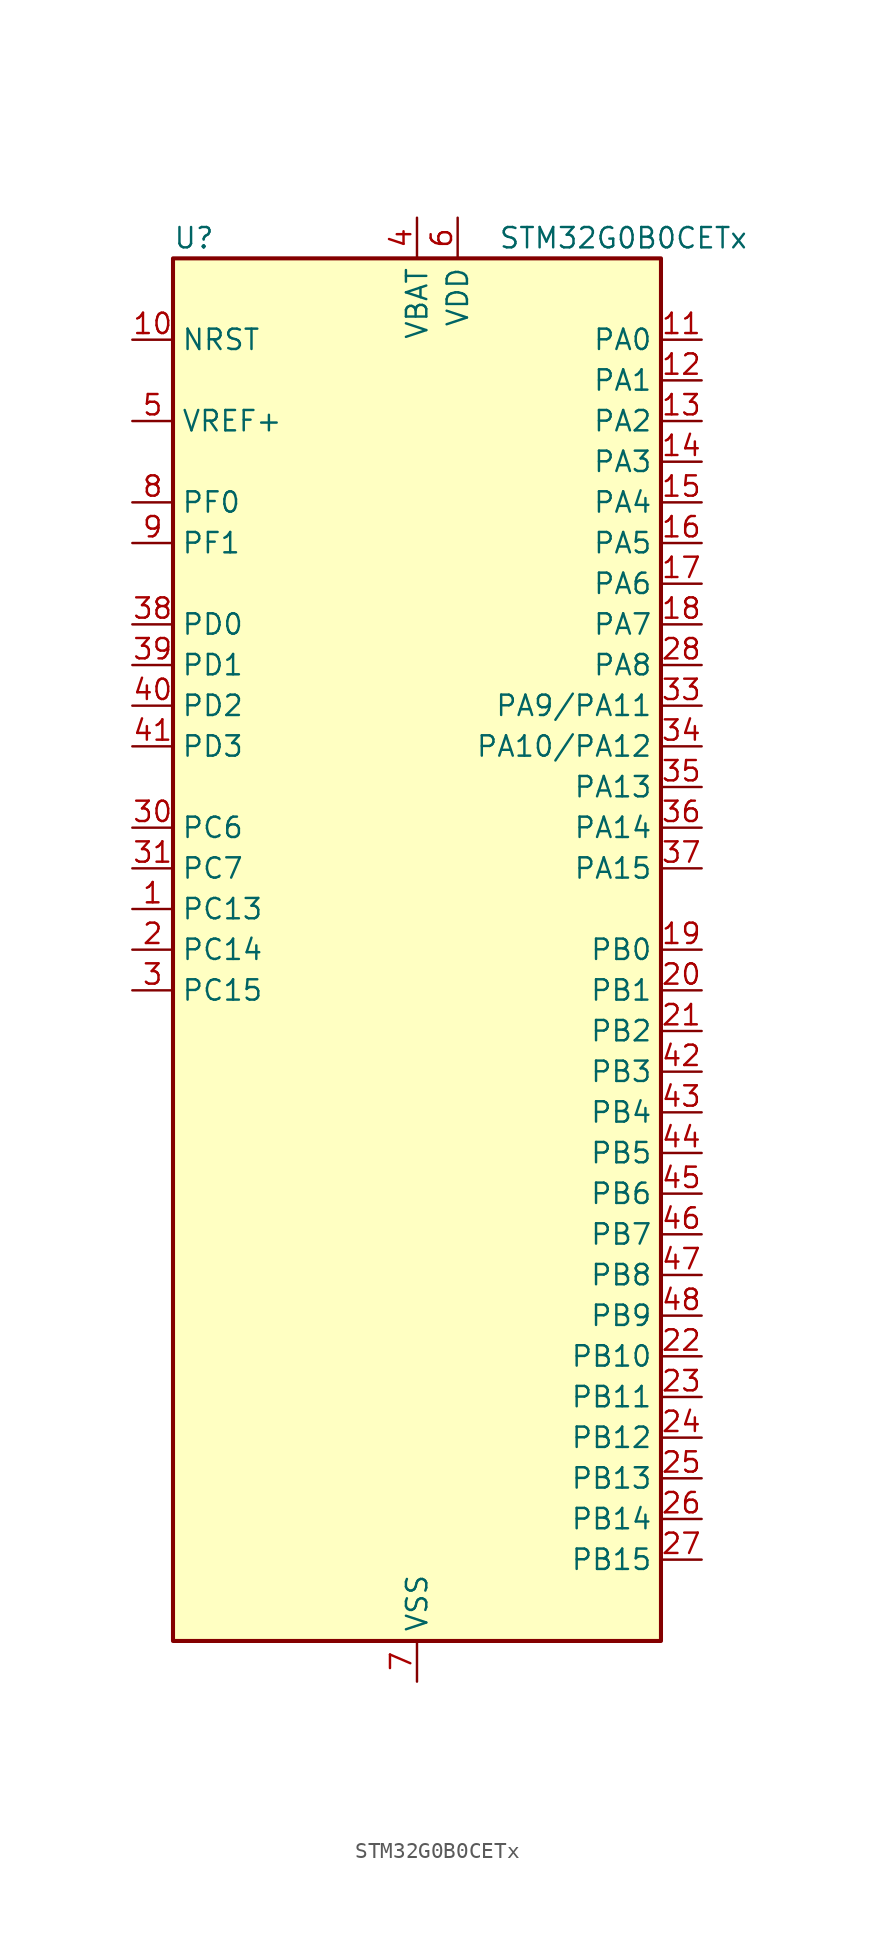
<source format=kicad_sym>
(kicad_symbol_lib
  (version 20231120)
  (generator "kicad-library-utils")
  (generator_version "8.0")
  (symbol "STM32G0B0CETx"
    (property "Reference" "U"
      (at -15.24 44.45 0)
      (effects (font (size 1.27 1.27)) (justify left)))
    (property "Value" "STM32G0B0CETx"
      (at 5.08 44.45 0)
      (effects (font (size 1.27 1.27)) (justify left)))
    (symbol "STM32G0B0CETx_0_1"
      (rectangle (start -15.24 -43.18) (end 15.24 43.18) (stroke (width 0.254) (type default)) (fill (type background))))
    (symbol "STM32G0B0CETx_1_1"
      (pin bidirectional line (at -17.78 2.54 0) (length 2.54) (name "PC13" (effects (font (size 1.27 1.27)))) (number "1" (effects (font (size 1.27 1.27)))) (alternate "RTC_OUT1" bidirectional line) (alternate "RTC_TAMP_IN1" bidirectional line) (alternate "RTC_TS" bidirectional line) (alternate "SYS_WKUP2" bidirectional line) (alternate "TIM1_BK" bidirectional line))
      (pin input line (at -17.78 38.1 0) (length 2.54) (name "NRST" (effects (font (size 1.27 1.27)))) (number "10" (effects (font (size 1.27 1.27)))))
      (pin bidirectional line (at 17.78 38.1 180) (length 2.54) (name "PA0" (effects (font (size 1.27 1.27)))) (number "11" (effects (font (size 1.27 1.27)))) (alternate "ADC1_IN0" bidirectional line) (alternate "I2S2_CK" bidirectional line) (alternate "RTC_TAMP_IN2" bidirectional line) (alternate "SPI2_SCK" bidirectional line) (alternate "SYS_WKUP1" bidirectional line) (alternate "USART2_CTS" bidirectional line) (alternate "USART2_NSS" bidirectional line) (alternate "USART4_TX" bidirectional line))
      (pin bidirectional line (at 17.78 35.56 180) (length 2.54) (name "PA1" (effects (font (size 1.27 1.27)))) (number "12" (effects (font (size 1.27 1.27)))) (alternate "ADC1_IN1" bidirectional line) (alternate "I2C1_SMBA" bidirectional line) (alternate "I2S1_CK" bidirectional line) (alternate "SPI1_SCK" bidirectional line) (alternate "TIM15_CH1N" bidirectional line) (alternate "USART2_CK" bidirectional line) (alternate "USART2_DE" bidirectional line) (alternate "USART2_RTS" bidirectional line) (alternate "USART4_RX" bidirectional line))
      (pin bidirectional line (at 17.78 33.02 180) (length 2.54) (name "PA2" (effects (font (size 1.27 1.27)))) (number "13" (effects (font (size 1.27 1.27)))) (alternate "ADC1_IN2" bidirectional line) (alternate "I2S1_SD" bidirectional line) (alternate "RCC_LSCO" bidirectional line) (alternate "SPI1_MOSI" bidirectional line) (alternate "SYS_WKUP4" bidirectional line) (alternate "TIM15_CH1" bidirectional line) (alternate "USART2_TX" bidirectional line))
      (pin bidirectional line (at 17.78 30.48 180) (length 2.54) (name "PA3" (effects (font (size 1.27 1.27)))) (number "14" (effects (font (size 1.27 1.27)))) (alternate "ADC1_IN3" bidirectional line) (alternate "I2S2_MCK" bidirectional line) (alternate "SPI2_MISO" bidirectional line) (alternate "TIM15_CH2" bidirectional line) (alternate "USART2_RX" bidirectional line))
      (pin bidirectional line (at 17.78 27.94 180) (length 2.54) (name "PA4" (effects (font (size 1.27 1.27)))) (number "15" (effects (font (size 1.27 1.27)))) (alternate "ADC1_IN4" bidirectional line) (alternate "I2S1_WS" bidirectional line) (alternate "I2S2_SD" bidirectional line) (alternate "RTC_OUT2" bidirectional line) (alternate "SPI1_NSS" bidirectional line) (alternate "SPI2_MOSI" bidirectional line) (alternate "SPI3_NSS" bidirectional line) (alternate "TIM14_CH1" bidirectional line) (alternate "USART6_TX" bidirectional line) (alternate "USB_NOE" bidirectional line))
      (pin bidirectional line (at 17.78 25.4 180) (length 2.54) (name "PA5" (effects (font (size 1.27 1.27)))) (number "16" (effects (font (size 1.27 1.27)))) (alternate "ADC1_IN5" bidirectional line) (alternate "I2S1_CK" bidirectional line) (alternate "SPI1_SCK" bidirectional line) (alternate "USART3_TX" bidirectional line) (alternate "USART6_RX" bidirectional line))
      (pin bidirectional line (at 17.78 22.86 180) (length 2.54) (name "PA6" (effects (font (size 1.27 1.27)))) (number "17" (effects (font (size 1.27 1.27)))) (alternate "ADC1_IN6" bidirectional line) (alternate "I2C2_SDA" bidirectional line) (alternate "I2C3_SDA" bidirectional line) (alternate "I2S1_MCK" bidirectional line) (alternate "SPI1_MISO" bidirectional line) (alternate "TIM16_CH1" bidirectional line) (alternate "TIM1_BK" bidirectional line) (alternate "TIM3_CH1" bidirectional line) (alternate "USART3_CTS" bidirectional line) (alternate "USART3_NSS" bidirectional line) (alternate "USART6_CTS" bidirectional line) (alternate "USART6_NSS" bidirectional line))
      (pin bidirectional line (at 17.78 20.32 180) (length 2.54) (name "PA7" (effects (font (size 1.27 1.27)))) (number "18" (effects (font (size 1.27 1.27)))) (alternate "ADC1_IN7" bidirectional line) (alternate "I2C2_SCL" bidirectional line) (alternate "I2C3_SCL" bidirectional line) (alternate "I2S1_SD" bidirectional line) (alternate "SPI1_MOSI" bidirectional line) (alternate "TIM14_CH1" bidirectional line) (alternate "TIM17_CH1" bidirectional line) (alternate "TIM1_CH1N" bidirectional line) (alternate "TIM3_CH2" bidirectional line) (alternate "USART6_CK" bidirectional line) (alternate "USART6_DE" bidirectional line) (alternate "USART6_RTS" bidirectional line))
      (pin bidirectional line (at 17.78 0 180) (length 2.54) (name "PB0" (effects (font (size 1.27 1.27)))) (number "19" (effects (font (size 1.27 1.27)))) (alternate "ADC1_IN8" bidirectional line) (alternate "I2S1_WS" bidirectional line) (alternate "SPI1_NSS" bidirectional line) (alternate "TIM1_CH2N" bidirectional line) (alternate "TIM3_CH3" bidirectional line) (alternate "USART3_RX" bidirectional line) (alternate "USART5_TX" bidirectional line))
      (pin bidirectional line (at -17.78 0 0) (length 2.54) (name "PC14" (effects (font (size 1.27 1.27)))) (number "2" (effects (font (size 1.27 1.27)))) (alternate "RCC_OSC32_IN" bidirectional line) (alternate "TIM1_BK2" bidirectional line))
      (pin bidirectional line (at 17.78 -2.54 180) (length 2.54) (name "PB1" (effects (font (size 1.27 1.27)))) (number "20" (effects (font (size 1.27 1.27)))) (alternate "ADC1_IN9" bidirectional line) (alternate "TIM14_CH1" bidirectional line) (alternate "TIM1_CH3N" bidirectional line) (alternate "TIM3_CH4" bidirectional line) (alternate "USART3_CK" bidirectional line) (alternate "USART3_DE" bidirectional line) (alternate "USART3_RTS" bidirectional line) (alternate "USART5_RX" bidirectional line))
      (pin bidirectional line (at 17.78 -5.08 180) (length 2.54) (name "PB2" (effects (font (size 1.27 1.27)))) (number "21" (effects (font (size 1.27 1.27)))) (alternate "ADC1_IN10" bidirectional line) (alternate "I2S2_MCK" bidirectional line) (alternate "RCC_MCO_2" bidirectional line) (alternate "SPI2_MISO" bidirectional line) (alternate "USART3_TX" bidirectional line))
      (pin bidirectional line (at 17.78 -25.4 180) (length 2.54) (name "PB10" (effects (font (size 1.27 1.27)))) (number "22" (effects (font (size 1.27 1.27)))) (alternate "ADC1_IN11" bidirectional line) (alternate "I2C2_SCL" bidirectional line) (alternate "I2S2_CK" bidirectional line) (alternate "SPI2_SCK" bidirectional line) (alternate "USART3_TX" bidirectional line))
      (pin bidirectional line (at 17.78 -27.94 180) (length 2.54) (name "PB11" (effects (font (size 1.27 1.27)))) (number "23" (effects (font (size 1.27 1.27)))) (alternate "ADC1_EXTI11" bidirectional line) (alternate "ADC1_IN15" bidirectional line) (alternate "I2C2_SDA" bidirectional line) (alternate "I2S2_SD" bidirectional line) (alternate "SPI2_MOSI" bidirectional line) (alternate "USART3_RX" bidirectional line))
      (pin bidirectional line (at 17.78 -30.48 180) (length 2.54) (name "PB12" (effects (font (size 1.27 1.27)))) (number "24" (effects (font (size 1.27 1.27)))) (alternate "ADC1_IN16" bidirectional line) (alternate "I2C2_SMBA" bidirectional line) (alternate "I2S2_WS" bidirectional line) (alternate "SPI2_NSS" bidirectional line) (alternate "TIM15_BK" bidirectional line) (alternate "TIM1_BK" bidirectional line))
      (pin bidirectional line (at 17.78 -33.02 180) (length 2.54) (name "PB13" (effects (font (size 1.27 1.27)))) (number "25" (effects (font (size 1.27 1.27)))) (alternate "I2C2_SCL" bidirectional line) (alternate "I2S2_CK" bidirectional line) (alternate "SPI2_SCK" bidirectional line) (alternate "TIM15_CH1N" bidirectional line) (alternate "TIM1_CH1N" bidirectional line) (alternate "USART3_CTS" bidirectional line) (alternate "USART3_NSS" bidirectional line))
      (pin bidirectional line (at 17.78 -35.56 180) (length 2.54) (name "PB14" (effects (font (size 1.27 1.27)))) (number "26" (effects (font (size 1.27 1.27)))) (alternate "I2C2_SDA" bidirectional line) (alternate "I2S2_MCK" bidirectional line) (alternate "SPI2_MISO" bidirectional line) (alternate "TIM15_CH1" bidirectional line) (alternate "TIM1_CH2N" bidirectional line) (alternate "USART3_CK" bidirectional line) (alternate "USART3_DE" bidirectional line) (alternate "USART3_RTS" bidirectional line) (alternate "USART6_CK" bidirectional line) (alternate "USART6_DE" bidirectional line) (alternate "USART6_RTS" bidirectional line))
      (pin bidirectional line (at 17.78 -38.1 180) (length 2.54) (name "PB15" (effects (font (size 1.27 1.27)))) (number "27" (effects (font (size 1.27 1.27)))) (alternate "I2S2_SD" bidirectional line) (alternate "RTC_REFIN" bidirectional line) (alternate "SPI2_MOSI" bidirectional line) (alternate "TIM15_CH1N" bidirectional line) (alternate "TIM15_CH2" bidirectional line) (alternate "TIM1_CH3N" bidirectional line) (alternate "USART6_CTS" bidirectional line) (alternate "USART6_NSS" bidirectional line))
      (pin bidirectional line (at 17.78 17.78 180) (length 2.54) (name "PA8" (effects (font (size 1.27 1.27)))) (number "28" (effects (font (size 1.27 1.27)))) (alternate "CRS1_SYNC" bidirectional line) (alternate "I2C2_SMBA" bidirectional line) (alternate "I2S2_WS" bidirectional line) (alternate "RCC_MCO" bidirectional line) (alternate "SPI2_NSS" bidirectional line) (alternate "TIM1_CH1" bidirectional line))
      (pin no_connect line (at -15.24 -43.18 0) (length 2.54) hide (name "NC/PA9" (effects (font (size 1.27 1.27)))) (number "29" (effects (font (size 1.27 1.27)))) (alternate "NC" bidirectional line) (alternate "PA9" bidirectional line) (alternate "I2C1_SCL (PA9)" bidirectional line) (alternate "I2C2_SCL (PA9)" bidirectional line) (alternate "I2S2_MCK (PA9)" bidirectional line) (alternate "RCC_MCO (PA9)" bidirectional line) (alternate "SPI2_MISO (PA9)" bidirectional line) (alternate "TIM15_BK (PA9)" bidirectional line) (alternate "TIM1_CH2 (PA9)" bidirectional line) (alternate "USART1_TX (PA9)" bidirectional line))
      (pin bidirectional line (at -17.78 -2.54 0) (length 2.54) (name "PC15" (effects (font (size 1.27 1.27)))) (number "3" (effects (font (size 1.27 1.27)))) (alternate "RCC_OSC32_EN" bidirectional line) (alternate "RCC_OSC32_OUT" bidirectional line) (alternate "RCC_OSC_EN" bidirectional line) (alternate "TIM15_BK" bidirectional line))
      (pin bidirectional line (at -17.78 7.62 0) (length 2.54) (name "PC6" (effects (font (size 1.27 1.27)))) (number "30" (effects (font (size 1.27 1.27)))) (alternate "TIM3_CH1" bidirectional line))
      (pin bidirectional line (at -17.78 5.08 0) (length 2.54) (name "PC7" (effects (font (size 1.27 1.27)))) (number "31" (effects (font (size 1.27 1.27)))) (alternate "TIM3_CH2" bidirectional line))
      (pin no_connect line (at -15.24 -40.64 0) (length 2.54) hide (name "NC/PA10" (effects (font (size 1.27 1.27)))) (number "32" (effects (font (size 1.27 1.27)))) (alternate "NC" bidirectional line) (alternate "PA10" bidirectional line) (alternate "I2C1_SDA (PA10)" bidirectional line) (alternate "I2C2_SDA (PA10)" bidirectional line) (alternate "I2S2_SD (PA10)" bidirectional line) (alternate "RCC_MCO_2 (PA10)" bidirectional line) (alternate "SPI2_MOSI (PA10)" bidirectional line) (alternate "TIM17_BK (PA10)" bidirectional line) (alternate "TIM1_CH3 (PA10)" bidirectional line) (alternate "USART1_RX (PA10)" bidirectional line))
      (pin bidirectional line (at 17.78 15.24 180) (length 2.54) (name "PA9/PA11" (effects (font (size 1.27 1.27)))) (number "33" (effects (font (size 1.27 1.27)))) (alternate "PA9" bidirectional line) (alternate "I2C1_SCL (PA9)" bidirectional line) (alternate "I2C2_SCL (PA9)" bidirectional line) (alternate "I2S2_MCK (PA9)" bidirectional line) (alternate "RCC_MCO (PA9)" bidirectional line) (alternate "SPI2_MISO (PA9)" bidirectional line) (alternate "TIM15_BK (PA9)" bidirectional line) (alternate "TIM1_CH2 (PA9)" bidirectional line) (alternate "USART1_TX (PA9)" bidirectional line) (alternate "PA11" bidirectional line) (alternate "ADC1_EXTI11 (PA11)" bidirectional line) (alternate "I2C2_SCL (PA11)" bidirectional line) (alternate "I2S1_MCK (PA11)" bidirectional line) (alternate "SPI1_MISO (PA11)" bidirectional line) (alternate "TIM1_BK2 (PA11)" bidirectional line) (alternate "TIM1_CH4 (PA11)" bidirectional line) (alternate "USART1_CTS (PA11)" bidirectional line) (alternate "USART1_NSS (PA11)" bidirectional line) (alternate "USB_DM (PA11)" bidirectional line))
      (pin bidirectional line (at 17.78 12.7 180) (length 2.54) (name "PA10/PA12" (effects (font (size 1.27 1.27)))) (number "34" (effects (font (size 1.27 1.27)))) (alternate "PA10" bidirectional line) (alternate "I2C1_SDA (PA10)" bidirectional line) (alternate "I2C2_SDA (PA10)" bidirectional line) (alternate "I2S2_SD (PA10)" bidirectional line) (alternate "RCC_MCO_2 (PA10)" bidirectional line) (alternate "SPI2_MOSI (PA10)" bidirectional line) (alternate "TIM17_BK (PA10)" bidirectional line) (alternate "TIM1_CH3 (PA10)" bidirectional line) (alternate "USART1_RX (PA10)" bidirectional line) (alternate "PA12" bidirectional line) (alternate "I2C2_SDA (PA12)" bidirectional line) (alternate "I2S1_SD (PA12)" bidirectional line) (alternate "I2S_CKIN (PA12)" bidirectional line) (alternate "SPI1_MOSI (PA12)" bidirectional line) (alternate "TIM1_ETR (PA12)" bidirectional line) (alternate "USART1_CK (PA12)" bidirectional line) (alternate "USART1_DE (PA12)" bidirectional line) (alternate "USART1_RTS (PA12)" bidirectional line) (alternate "USB_DP (PA12)" bidirectional line))
      (pin bidirectional line (at 17.78 10.16 180) (length 2.54) (name "PA13" (effects (font (size 1.27 1.27)))) (number "35" (effects (font (size 1.27 1.27)))) (alternate "IR_OUT" bidirectional line) (alternate "SYS_SWDIO" bidirectional line) (alternate "USB_NOE" bidirectional line))
      (pin bidirectional line (at 17.78 7.62 180) (length 2.54) (name "PA14" (effects (font (size 1.27 1.27)))) (number "36" (effects (font (size 1.27 1.27)))) (alternate "SYS_SWCLK" bidirectional line) (alternate "USART2_TX" bidirectional line))
      (pin bidirectional line (at 17.78 5.08 180) (length 2.54) (name "PA15" (effects (font (size 1.27 1.27)))) (number "37" (effects (font (size 1.27 1.27)))) (alternate "I2C2_SMBA" bidirectional line) (alternate "I2S1_WS" bidirectional line) (alternate "RCC_MCO_2" bidirectional line) (alternate "SPI1_NSS" bidirectional line) (alternate "SPI3_NSS" bidirectional line) (alternate "USART2_RX" bidirectional line) (alternate "USART3_CK" bidirectional line) (alternate "USART3_DE" bidirectional line) (alternate "USART3_RTS" bidirectional line) (alternate "USART4_CK" bidirectional line) (alternate "USART4_DE" bidirectional line) (alternate "USART4_RTS" bidirectional line) (alternate "USB_NOE" bidirectional line))
      (pin bidirectional line (at -17.78 20.32 0) (length 2.54) (name "PD0" (effects (font (size 1.27 1.27)))) (number "38" (effects (font (size 1.27 1.27)))) (alternate "I2S2_WS" bidirectional line) (alternate "SPI2_NSS" bidirectional line) (alternate "TIM16_CH1" bidirectional line))
      (pin bidirectional line (at -17.78 17.78 0) (length 2.54) (name "PD1" (effects (font (size 1.27 1.27)))) (number "39" (effects (font (size 1.27 1.27)))) (alternate "I2S2_CK" bidirectional line) (alternate "SPI2_SCK" bidirectional line) (alternate "TIM17_CH1" bidirectional line))
      (pin power_in line (at 0 45.72 270) (length 2.54) (name "VBAT" (effects (font (size 1.27 1.27)))) (number "4" (effects (font (size 1.27 1.27)))))
      (pin bidirectional line (at -17.78 15.24 0) (length 2.54) (name "PD2" (effects (font (size 1.27 1.27)))) (number "40" (effects (font (size 1.27 1.27)))) (alternate "TIM1_CH1N" bidirectional line) (alternate "TIM3_ETR" bidirectional line) (alternate "USART3_CK" bidirectional line) (alternate "USART3_DE" bidirectional line) (alternate "USART3_RTS" bidirectional line) (alternate "USART5_RX" bidirectional line))
      (pin bidirectional line (at -17.78 12.7 0) (length 2.54) (name "PD3" (effects (font (size 1.27 1.27)))) (number "41" (effects (font (size 1.27 1.27)))) (alternate "I2S2_MCK" bidirectional line) (alternate "SPI2_MISO" bidirectional line) (alternate "TIM1_CH2N" bidirectional line) (alternate "USART2_CTS" bidirectional line) (alternate "USART2_NSS" bidirectional line) (alternate "USART5_TX" bidirectional line))
      (pin bidirectional line (at 17.78 -7.62 180) (length 2.54) (name "PB3" (effects (font (size 1.27 1.27)))) (number "42" (effects (font (size 1.27 1.27)))) (alternate "I2C2_SCL" bidirectional line) (alternate "I2C3_SCL" bidirectional line) (alternate "I2S1_CK" bidirectional line) (alternate "SPI1_SCK" bidirectional line) (alternate "SPI3_SCK" bidirectional line) (alternate "TIM1_CH2" bidirectional line) (alternate "USART1_CK" bidirectional line) (alternate "USART1_DE" bidirectional line) (alternate "USART1_RTS" bidirectional line) (alternate "USART5_TX" bidirectional line))
      (pin bidirectional line (at 17.78 -10.16 180) (length 2.54) (name "PB4" (effects (font (size 1.27 1.27)))) (number "43" (effects (font (size 1.27 1.27)))) (alternate "I2C2_SDA" bidirectional line) (alternate "I2C3_SDA" bidirectional line) (alternate "I2S1_MCK" bidirectional line) (alternate "SPI1_MISO" bidirectional line) (alternate "SPI3_MISO" bidirectional line) (alternate "TIM17_BK" bidirectional line) (alternate "TIM3_CH1" bidirectional line) (alternate "USART1_CTS" bidirectional line) (alternate "USART1_NSS" bidirectional line) (alternate "USART5_RX" bidirectional line))
      (pin bidirectional line (at 17.78 -12.7 180) (length 2.54) (name "PB5" (effects (font (size 1.27 1.27)))) (number "44" (effects (font (size 1.27 1.27)))) (alternate "I2C1_SMBA" bidirectional line) (alternate "I2S1_SD" bidirectional line) (alternate "SPI1_MOSI" bidirectional line) (alternate "SPI3_MOSI" bidirectional line) (alternate "SYS_WKUP6" bidirectional line) (alternate "TIM16_BK" bidirectional line) (alternate "TIM3_CH2" bidirectional line) (alternate "USART5_CK" bidirectional line) (alternate "USART5_DE" bidirectional line) (alternate "USART5_RTS" bidirectional line))
      (pin bidirectional line (at 17.78 -15.24 180) (length 2.54) (name "PB6" (effects (font (size 1.27 1.27)))) (number "45" (effects (font (size 1.27 1.27)))) (alternate "I2C1_SCL" bidirectional line) (alternate "I2S2_MCK" bidirectional line) (alternate "SPI2_MISO" bidirectional line) (alternate "TIM16_CH1N" bidirectional line) (alternate "TIM1_CH3" bidirectional line) (alternate "TIM4_CH1" bidirectional line) (alternate "USART1_TX" bidirectional line) (alternate "USART5_CTS" bidirectional line) (alternate "USART5_NSS" bidirectional line))
      (pin bidirectional line (at 17.78 -17.78 180) (length 2.54) (name "PB7" (effects (font (size 1.27 1.27)))) (number "46" (effects (font (size 1.27 1.27)))) (alternate "I2C1_SDA" bidirectional line) (alternate "I2S2_SD" bidirectional line) (alternate "SPI2_MOSI" bidirectional line) (alternate "TIM17_CH1N" bidirectional line) (alternate "TIM4_CH2" bidirectional line) (alternate "USART1_RX" bidirectional line) (alternate "USART4_CTS" bidirectional line) (alternate "USART4_NSS" bidirectional line))
      (pin bidirectional line (at 17.78 -20.32 180) (length 2.54) (name "PB8" (effects (font (size 1.27 1.27)))) (number "47" (effects (font (size 1.27 1.27)))) (alternate "I2C1_SCL" bidirectional line) (alternate "I2S2_CK" bidirectional line) (alternate "SPI2_SCK" bidirectional line) (alternate "TIM15_BK" bidirectional line) (alternate "TIM16_CH1" bidirectional line) (alternate "TIM4_CH3" bidirectional line) (alternate "USART3_TX" bidirectional line) (alternate "USART6_TX" bidirectional line))
      (pin bidirectional line (at 17.78 -22.86 180) (length 2.54) (name "PB9" (effects (font (size 1.27 1.27)))) (number "48" (effects (font (size 1.27 1.27)))) (alternate "I2C1_SDA" bidirectional line) (alternate "I2S2_WS" bidirectional line) (alternate "IR_OUT" bidirectional line) (alternate "SPI2_NSS" bidirectional line) (alternate "TIM17_CH1" bidirectional line) (alternate "TIM4_CH4" bidirectional line) (alternate "USART3_RX" bidirectional line) (alternate "USART6_RX" bidirectional line))
      (pin input line (at -17.78 33.02 0) (length 2.54) (name "VREF+" (effects (font (size 1.27 1.27)))) (number "5" (effects (font (size 1.27 1.27)))))
      (pin power_in line (at 2.54 45.72 270) (length 2.54) (name "VDD" (effects (font (size 1.27 1.27)))) (number "6" (effects (font (size 1.27 1.27)))))
      (pin power_in line (at 0 -45.72 90) (length 2.54) (name "VSS" (effects (font (size 1.27 1.27)))) (number "7" (effects (font (size 1.27 1.27)))))
      (pin bidirectional line (at -17.78 27.94 0) (length 2.54) (name "PF0" (effects (font (size 1.27 1.27)))) (number "8" (effects (font (size 1.27 1.27)))) (alternate "CRS1_SYNC" bidirectional line) (alternate "RCC_OSC_IN" bidirectional line) (alternate "TIM14_CH1" bidirectional line))
      (pin bidirectional line (at -17.78 25.4 0) (length 2.54) (name "PF1" (effects (font (size 1.27 1.27)))) (number "9" (effects (font (size 1.27 1.27)))) (alternate "RCC_OSC_EN" bidirectional line) (alternate "RCC_OSC_OUT" bidirectional line) (alternate "TIM15_CH1N" bidirectional line)))))
</source>
